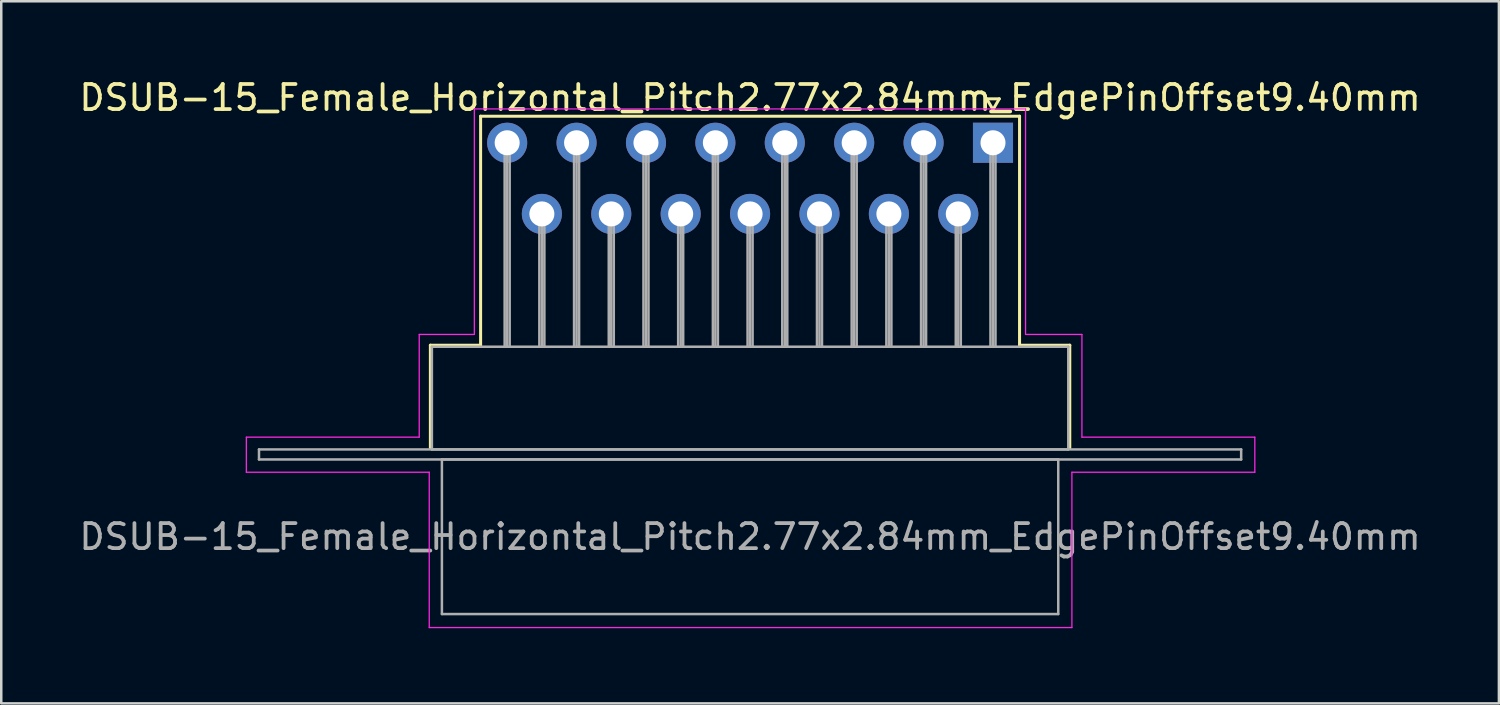
<source format=kicad_pcb>
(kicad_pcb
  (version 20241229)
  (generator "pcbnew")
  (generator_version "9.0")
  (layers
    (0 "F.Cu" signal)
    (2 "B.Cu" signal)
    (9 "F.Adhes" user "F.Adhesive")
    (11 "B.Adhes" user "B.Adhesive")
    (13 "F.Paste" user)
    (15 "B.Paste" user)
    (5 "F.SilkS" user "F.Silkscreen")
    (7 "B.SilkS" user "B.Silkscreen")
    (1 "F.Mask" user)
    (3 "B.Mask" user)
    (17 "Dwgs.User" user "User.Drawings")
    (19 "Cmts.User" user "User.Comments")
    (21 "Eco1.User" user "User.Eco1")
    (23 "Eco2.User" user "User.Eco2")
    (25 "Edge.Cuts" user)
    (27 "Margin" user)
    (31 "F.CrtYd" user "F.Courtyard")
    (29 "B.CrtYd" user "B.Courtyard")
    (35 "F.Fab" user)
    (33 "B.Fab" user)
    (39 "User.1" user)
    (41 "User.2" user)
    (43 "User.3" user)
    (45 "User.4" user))
  (footprint "DSUB-15_Female_Horizontal_Pitch2.77x2.84mm_EdgePinOffset9.40mm"
    (layer "F.Cu")
    (at 36.582 2.648)
    (property "Reference" "DSUB-15_Female_Horizontal_Pitch2.77x2.84mm_EdgePinOffset9.40mm" (at -9.695 -1.8 0) (layer "F.SilkS") (effects (font (size 1 1) (thickness 0.15))))
    (attr through_hole)
    (fp_line (start -22.455 8.08) (end -20.45 8.08) (stroke (width 0.12) (type solid)) (layer "F.SilkS"))
    (fp_line (start -22.455 12.18) (end -22.455 8.08) (stroke (width 0.12) (type solid)) (layer "F.SilkS"))
    (fp_line (start -20.45 -1.06) (end 1.06 -1.06) (stroke (width 0.12) (type solid)) (layer "F.SilkS"))
    (fp_line (start -20.45 8.08) (end -20.45 -1.06) (stroke (width 0.12) (type solid)) (layer "F.SilkS"))
    (fp_line (start -0.25 -1.754) (end 0.25 -1.754) (stroke (width 0.12) (type solid)) (layer "F.SilkS"))
    (fp_line (start 0 -1.321) (end -0.25 -1.754) (stroke (width 0.12) (type solid)) (layer "F.SilkS"))
    (fp_line (start 0.25 -1.754) (end 0 -1.321) (stroke (width 0.12) (type solid)) (layer "F.SilkS"))
    (fp_line (start 1.06 -1.06) (end 1.06 8.08) (stroke (width 0.12) (type solid)) (layer "F.SilkS"))
    (fp_line (start 1.06 8.08) (end 3.065 8.08) (stroke (width 0.12) (type solid)) (layer "F.SilkS"))
    (fp_line (start 3.065 8.08) (end 3.065 12.18) (stroke (width 0.12) (type solid)) (layer "F.SilkS"))
    (fp_line (start -29.8 11.75) (end -22.9 11.75) (stroke (width 0.05) (type solid)) (layer "F.CrtYd"))
    (fp_line (start -29.8 13.15) (end -29.8 11.75) (stroke (width 0.05) (type solid)) (layer "F.CrtYd"))
    (fp_line (start -22.9 7.65) (end -20.7 7.65) (stroke (width 0.05) (type solid)) (layer "F.CrtYd"))
    (fp_line (start -22.9 11.75) (end -22.9 7.65) (stroke (width 0.05) (type solid)) (layer "F.CrtYd"))
    (fp_line (start -22.5 13.15) (end -29.8 13.15) (stroke (width 0.05) (type solid)) (layer "F.CrtYd"))
    (fp_line (start -22.5 19.35) (end -22.5 13.15) (stroke (width 0.05) (type solid)) (layer "F.CrtYd"))
    (fp_line (start -20.7 -1.35) (end 1.3 -1.35) (stroke (width 0.05) (type solid)) (layer "F.CrtYd"))
    (fp_line (start -20.7 7.65) (end -20.7 -1.35) (stroke (width 0.05) (type solid)) (layer "F.CrtYd"))
    (fp_line (start 1.3 -1.35) (end 1.3 7.65) (stroke (width 0.05) (type solid)) (layer "F.CrtYd"))
    (fp_line (start 1.3 7.65) (end 3.55 7.65) (stroke (width 0.05) (type solid)) (layer "F.CrtYd"))
    (fp_line (start 3.15 13.15) (end 3.15 19.35) (stroke (width 0.05) (type solid)) (layer "F.CrtYd"))
    (fp_line (start 3.15 19.35) (end -22.5 19.35) (stroke (width 0.05) (type solid)) (layer "F.CrtYd"))
    (fp_line (start 3.55 7.65) (end 3.55 11.75) (stroke (width 0.05) (type solid)) (layer "F.CrtYd"))
    (fp_line (start 3.55 11.75) (end 10.45 11.75) (stroke (width 0.05) (type solid)) (layer "F.CrtYd"))
    (fp_line (start 10.45 11.75) (end 10.45 13.15) (stroke (width 0.05) (type solid)) (layer "F.CrtYd"))
    (fp_line (start 10.45 13.15) (end 3.15 13.15) (stroke (width 0.05) (type solid)) (layer "F.CrtYd"))
    (fp_line (start -29.295 12.24) (end -29.295 12.64) (stroke (width 0.1) (type solid)) (layer "F.Fab"))
    (fp_line (start -29.295 12.64) (end 9.905 12.64) (stroke (width 0.1) (type solid)) (layer "F.Fab"))
    (fp_line (start -22.395 8.14) (end -22.395 12.24) (stroke (width 0.1) (type solid)) (layer "F.Fab"))
    (fp_line (start -22.395 12.24) (end 3.005 12.24) (stroke (width 0.1) (type solid)) (layer "F.Fab"))
    (fp_line (start -21.995 12.64) (end -21.995 18.81) (stroke (width 0.1) (type solid)) (layer "F.Fab"))
    (fp_line (start -21.995 18.81) (end 2.605 18.81) (stroke (width 0.1) (type solid)) (layer "F.Fab"))
    (fp_line (start -19.49 0) (end -19.49 8.14) (stroke (width 0.1) (type solid)) (layer "F.Fab"))
    (fp_line (start -19.39 0) (end -19.39 8.14) (stroke (width 0.1) (type solid)) (layer "F.Fab"))
    (fp_line (start -19.29 0) (end -19.29 8.14) (stroke (width 0.1) (type solid)) (layer "F.Fab"))
    (fp_line (start -18.105 2.84) (end -18.105 8.14) (stroke (width 0.1) (type solid)) (layer "F.Fab"))
    (fp_line (start -18.005 2.84) (end -18.005 8.14) (stroke (width 0.1) (type solid)) (layer "F.Fab"))
    (fp_line (start -17.905 2.84) (end -17.905 8.14) (stroke (width 0.1) (type solid)) (layer "F.Fab"))
    (fp_line (start -16.72 0) (end -16.72 8.14) (stroke (width 0.1) (type solid)) (layer "F.Fab"))
    (fp_line (start -16.62 0) (end -16.62 8.14) (stroke (width 0.1) (type solid)) (layer "F.Fab"))
    (fp_line (start -16.52 0) (end -16.52 8.14) (stroke (width 0.1) (type solid)) (layer "F.Fab"))
    (fp_line (start -15.335 2.84) (end -15.335 8.14) (stroke (width 0.1) (type solid)) (layer "F.Fab"))
    (fp_line (start -15.235 2.84) (end -15.235 8.14) (stroke (width 0.1) (type solid)) (layer "F.Fab"))
    (fp_line (start -15.135 2.84) (end -15.135 8.14) (stroke (width 0.1) (type solid)) (layer "F.Fab"))
    (fp_line (start -13.95 0) (end -13.95 8.14) (stroke (width 0.1) (type solid)) (layer "F.Fab"))
    (fp_line (start -13.85 0) (end -13.85 8.14) (stroke (width 0.1) (type solid)) (layer "F.Fab"))
    (fp_line (start -13.75 0) (end -13.75 8.14) (stroke (width 0.1) (type solid)) (layer "F.Fab"))
    (fp_line (start -12.565 2.84) (end -12.565 8.14) (stroke (width 0.1) (type solid)) (layer "F.Fab"))
    (fp_line (start -12.465 2.84) (end -12.465 8.14) (stroke (width 0.1) (type solid)) (layer "F.Fab"))
    (fp_line (start -12.365 2.84) (end -12.365 8.14) (stroke (width 0.1) (type solid)) (layer "F.Fab"))
    (fp_line (start -11.18 0) (end -11.18 8.14) (stroke (width 0.1) (type solid)) (layer "F.Fab"))
    (fp_line (start -11.08 0) (end -11.08 8.14) (stroke (width 0.1) (type solid)) (layer "F.Fab"))
    (fp_line (start -10.98 0) (end -10.98 8.14) (stroke (width 0.1) (type solid)) (layer "F.Fab"))
    (fp_line (start -9.795 2.84) (end -9.795 8.14) (stroke (width 0.1) (type solid)) (layer "F.Fab"))
    (fp_line (start -9.695 2.84) (end -9.695 8.14) (stroke (width 0.1) (type solid)) (layer "F.Fab"))
    (fp_line (start -9.595 2.84) (end -9.595 8.14) (stroke (width 0.1) (type solid)) (layer "F.Fab"))
    (fp_line (start -8.41 0) (end -8.41 8.14) (stroke (width 0.1) (type solid)) (layer "F.Fab"))
    (fp_line (start -8.31 0) (end -8.31 8.14) (stroke (width 0.1) (type solid)) (layer "F.Fab"))
    (fp_line (start -8.21 0) (end -8.21 8.14) (stroke (width 0.1) (type solid)) (layer "F.Fab"))
    (fp_line (start -7.025 2.84) (end -7.025 8.14) (stroke (width 0.1) (type solid)) (layer "F.Fab"))
    (fp_line (start -6.925 2.84) (end -6.925 8.14) (stroke (width 0.1) (type solid)) (layer "F.Fab"))
    (fp_line (start -6.825 2.84) (end -6.825 8.14) (stroke (width 0.1) (type solid)) (layer "F.Fab"))
    (fp_line (start -5.64 0) (end -5.64 8.14) (stroke (width 0.1) (type solid)) (layer "F.Fab"))
    (fp_line (start -5.54 0) (end -5.54 8.14) (stroke (width 0.1) (type solid)) (layer "F.Fab"))
    (fp_line (start -5.44 0) (end -5.44 8.14) (stroke (width 0.1) (type solid)) (layer "F.Fab"))
    (fp_line (start -4.255 2.84) (end -4.255 8.14) (stroke (width 0.1) (type solid)) (layer "F.Fab"))
    (fp_line (start -4.155 2.84) (end -4.155 8.14) (stroke (width 0.1) (type solid)) (layer "F.Fab"))
    (fp_line (start -4.055 2.84) (end -4.055 8.14) (stroke (width 0.1) (type solid)) (layer "F.Fab"))
    (fp_line (start -2.87 0) (end -2.87 8.14) (stroke (width 0.1) (type solid)) (layer "F.Fab"))
    (fp_line (start -2.77 0) (end -2.77 8.14) (stroke (width 0.1) (type solid)) (layer "F.Fab"))
    (fp_line (start -2.67 0) (end -2.67 8.14) (stroke (width 0.1) (type solid)) (layer "F.Fab"))
    (fp_line (start -1.485 2.84) (end -1.485 8.14) (stroke (width 0.1) (type solid)) (layer "F.Fab"))
    (fp_line (start -1.385 2.84) (end -1.385 8.14) (stroke (width 0.1) (type solid)) (layer "F.Fab"))
    (fp_line (start -1.285 2.84) (end -1.285 8.14) (stroke (width 0.1) (type solid)) (layer "F.Fab"))
    (fp_line (start -0.1 0) (end -0.1 8.14) (stroke (width 0.1) (type solid)) (layer "F.Fab"))
    (fp_line (start 0 0) (end 0 8.14) (stroke (width 0.1) (type solid)) (layer "F.Fab"))
    (fp_line (start 0.1 0) (end 0.1 8.14) (stroke (width 0.1) (type solid)) (layer "F.Fab"))
    (fp_line (start 2.605 12.64) (end -21.995 12.64) (stroke (width 0.1) (type solid)) (layer "F.Fab"))
    (fp_line (start 2.605 18.81) (end 2.605 12.64) (stroke (width 0.1) (type solid)) (layer "F.Fab"))
    (fp_line (start 3.005 8.14) (end -22.395 8.14) (stroke (width 0.1) (type solid)) (layer "F.Fab"))
    (fp_line (start 3.005 12.24) (end 3.005 8.14) (stroke (width 0.1) (type solid)) (layer "F.Fab"))
    (fp_line (start 9.905 12.24) (end -29.295 12.24) (stroke (width 0.1) (type solid)) (layer "F.Fab"))
    (fp_line (start 9.905 12.64) (end 9.905 12.24) (stroke (width 0.1) (type solid)) (layer "F.Fab"))
    (fp_text user "${REFERENCE}" (at -9.695 15.725 0) (layer "F.Fab") (effects (font (size 1 1) (thickness 0.15))))
    (pad "1" thru_hole rect (at 0 0) (size 1.6 1.6) (drill 1) (layers "*.Cu" "*.Mask"))
    (pad "2" thru_hole circle (at -2.77 0) (size 1.6 1.6) (drill 1) (layers "*.Cu" "*.Mask"))
    (pad "3" thru_hole circle (at -5.54 0) (size 1.6 1.6) (drill 1) (layers "*.Cu" "*.Mask"))
    (pad "4" thru_hole circle (at -8.31 0) (size 1.6 1.6) (drill 1) (layers "*.Cu" "*.Mask"))
    (pad "5" thru_hole circle (at -11.08 0) (size 1.6 1.6) (drill 1) (layers "*.Cu" "*.Mask"))
    (pad "6" thru_hole circle (at -13.85 0) (size 1.6 1.6) (drill 1) (layers "*.Cu" "*.Mask"))
    (pad "7" thru_hole circle (at -16.62 0) (size 1.6 1.6) (drill 1) (layers "*.Cu" "*.Mask"))
    (pad "8" thru_hole circle (at -19.39 0) (size 1.6 1.6) (drill 1) (layers "*.Cu" "*.Mask"))
    (pad "9" thru_hole circle (at -1.385 2.84) (size 1.6 1.6) (drill 1) (layers "*.Cu" "*.Mask"))
    (pad "10" thru_hole circle (at -4.155 2.84) (size 1.6 1.6) (drill 1) (layers "*.Cu" "*.Mask"))
    (pad "11" thru_hole circle (at -6.925 2.84) (size 1.6 1.6) (drill 1) (layers "*.Cu" "*.Mask"))
    (pad "12" thru_hole circle (at -9.695 2.84) (size 1.6 1.6) (drill 1) (layers "*.Cu" "*.Mask"))
    (pad "13" thru_hole circle (at -12.465 2.84) (size 1.6 1.6) (drill 1) (layers "*.Cu" "*.Mask"))
    (pad "14" thru_hole circle (at -15.235 2.84) (size 1.6 1.6) (drill 1) (layers "*.Cu" "*.Mask"))
    (pad "15" thru_hole circle (at -18.005 2.84) (size 1.6 1.6) (drill 1) (layers "*.Cu" "*.Mask")))
  (gr_rect
    (start -3 -3)
    (end 56.774 25.023)
    (stroke (width 0.1) (type default))
    (fill no)
    (layer "Edge.Cuts")))
</source>
